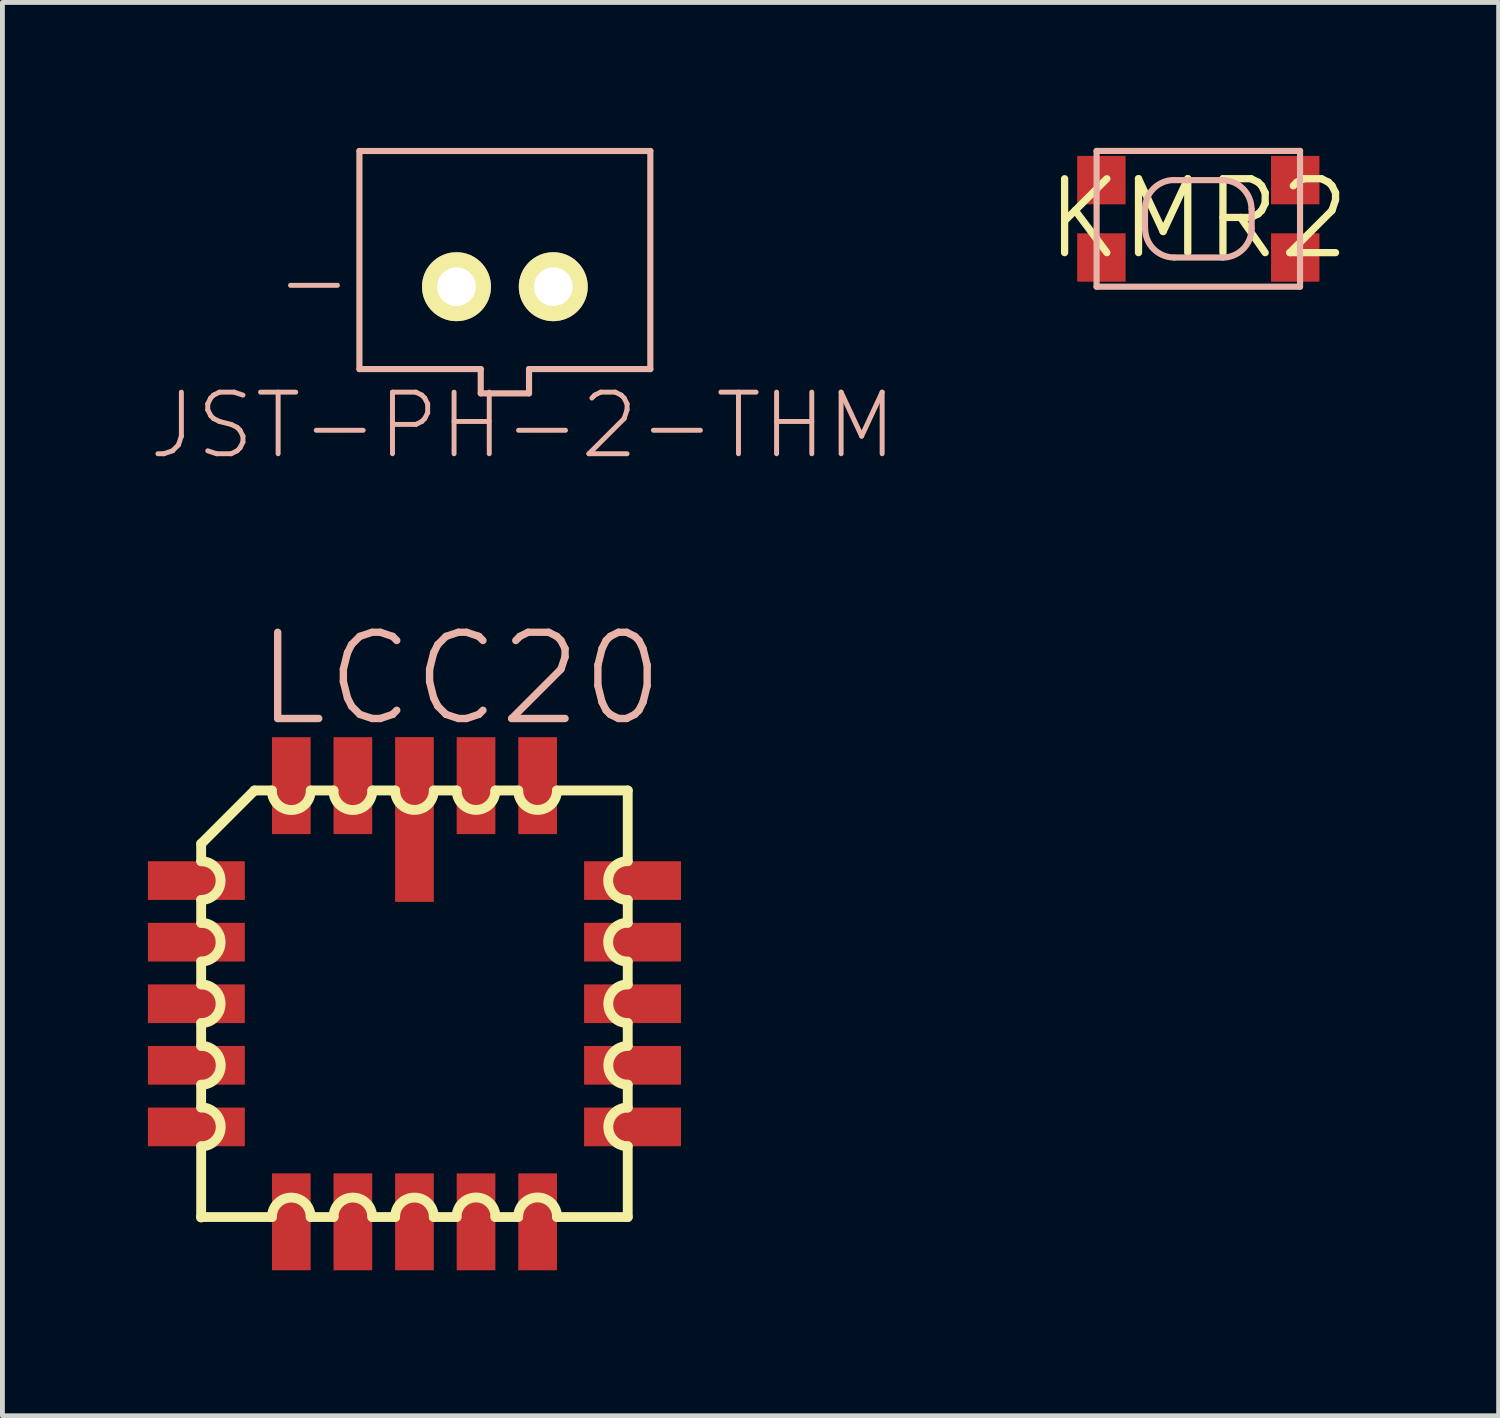
<source format=kicad_pcb>
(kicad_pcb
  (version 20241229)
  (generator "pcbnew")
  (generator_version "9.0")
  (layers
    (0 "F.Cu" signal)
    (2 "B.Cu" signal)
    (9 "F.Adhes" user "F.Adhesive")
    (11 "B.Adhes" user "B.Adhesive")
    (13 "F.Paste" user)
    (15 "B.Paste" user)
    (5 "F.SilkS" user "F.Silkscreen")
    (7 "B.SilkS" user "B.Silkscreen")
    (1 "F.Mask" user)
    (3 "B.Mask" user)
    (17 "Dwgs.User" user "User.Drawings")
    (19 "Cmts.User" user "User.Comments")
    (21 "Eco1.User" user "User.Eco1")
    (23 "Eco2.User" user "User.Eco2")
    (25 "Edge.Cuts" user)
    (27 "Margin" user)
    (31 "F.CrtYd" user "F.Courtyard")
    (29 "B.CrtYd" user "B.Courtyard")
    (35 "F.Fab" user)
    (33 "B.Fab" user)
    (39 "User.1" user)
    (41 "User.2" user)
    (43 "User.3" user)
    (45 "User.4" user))
  (footprint "KMR2"
    (layer "F.Cu")
    (at 21.665 1.463)
    (property "Reference" "KMR2" (at 0 0 0) (layer "F.SilkS") (effects (font (size 1.524 1.524) (thickness 0.15))))
    (attr smd)
    (fp_line (start -2.098 -1.4) (end 2.098 -1.4) (stroke (width 0.127) (type solid)) (layer "B.SilkS"))
    (fp_line (start -2.098 1.4) (end -2.098 -1.4) (stroke (width 0.127) (type solid)) (layer "B.SilkS"))
    (fp_line (start -1.1 0.198) (end -1.1 -0.198) (stroke (width 0.127) (type solid)) (layer "B.SilkS"))
    (fp_line (start -0.498 -0.798) (end 0.498 -0.798) (stroke (width 0.127) (type solid)) (layer "B.SilkS"))
    (fp_line (start 0.498 0.798) (end -0.498 0.798) (stroke (width 0.127) (type solid)) (layer "B.SilkS"))
    (fp_line (start 1.1 -0.198) (end 1.1 0.198) (stroke (width 0.127) (type solid)) (layer "B.SilkS"))
    (fp_line (start 2.098 -1.4) (end 2.098 1.4) (stroke (width 0.127) (type solid)) (layer "B.SilkS"))
    (fp_line (start 2.098 1.4) (end -2.098 1.4) (stroke (width 0.127) (type solid)) (layer "B.SilkS"))
    (fp_arc (start -1.09982 -0.19812) (mid -0.923504 -0.623784) (end -0.49784 -0.8001) (stroke (width 0.127) (type solid)) (layer "B.SilkS"))
    (fp_arc (start -0.49784 0.79756) (mid -0.921708 0.621988) (end -1.09728 0.19812) (stroke (width 0.127) (type solid)) (layer "B.SilkS"))
    (fp_arc (start 0.49784 -0.79756) (mid 0.921708 -0.621988) (end 1.09728 -0.19812) (stroke (width 0.127) (type solid)) (layer "B.SilkS"))
    (fp_arc (start 1.09982 0.19812) (mid 0.923504 0.623784) (end 0.49784 0.8001) (stroke (width 0.127) (type solid)) (layer "B.SilkS"))
    (pad "1" smd rect (at 1.999 -0.798) (size 0.998 0.998) (layers "F.Cu" "F.Mask" "F.Paste"))
    (pad "2" smd rect (at 1.999 0.798) (size 0.998 0.998) (layers "F.Cu" "F.Mask" "F.Paste"))
    (pad "3" smd rect (at -1.999 -0.798) (size 0.998 0.998) (layers "F.Cu" "F.Mask" "F.Paste"))
    (pad "4" smd rect (at -1.999 0.798) (size 0.998 0.998) (layers "F.Cu" "F.Mask" "F.Paste")))
  (footprint "LCC20"
    (layer "F.Cu")
    (at 5.498 17.652)
    (property "Reference" "LCC20" (at 0.947 -6.698 0) (layer "B.SilkS") (effects (font (size 1.778 1.778) (thickness 0.152))))
    (attr smd)
    (fp_line (start -4.399 -3.299) (end -4.399 -2.939) (stroke (width 0.203) (type solid)) (layer "F.SilkS"))
    (fp_line (start -4.399 -2.139) (end -4.399 -1.669) (stroke (width 0.203) (type solid)) (layer "F.SilkS"))
    (fp_line (start -4.399 -0.869) (end -4.399 -0.399) (stroke (width 0.203) (type solid)) (layer "F.SilkS"))
    (fp_line (start -4.399 0.399) (end -4.399 0.869) (stroke (width 0.203) (type solid)) (layer "F.SilkS"))
    (fp_line (start -4.399 1.669) (end -4.399 2.139) (stroke (width 0.203) (type solid)) (layer "F.SilkS"))
    (fp_line (start -4.399 2.939) (end -4.399 4.399) (stroke (width 0.203) (type solid)) (layer "F.SilkS"))
    (fp_line (start -4.399 4.399) (end -4.399 4.409) (stroke (width 0.203) (type solid)) (layer "F.SilkS"))
    (fp_line (start -4.399 4.399) (end -2.939 4.399) (stroke (width 0.203) (type solid)) (layer "F.SilkS"))
    (fp_line (start -3.299 -4.399) (end -4.399 -3.299) (stroke (width 0.203) (type solid)) (layer "F.SilkS"))
    (fp_line (start -2.939 -4.399) (end -3.299 -4.399) (stroke (width 0.203) (type solid)) (layer "F.SilkS"))
    (fp_line (start -2.139 4.399) (end -1.669 4.399) (stroke (width 0.203) (type solid)) (layer "F.SilkS"))
    (fp_line (start -1.669 -4.399) (end -2.139 -4.399) (stroke (width 0.203) (type solid)) (layer "F.SilkS"))
    (fp_line (start -0.869 4.399) (end -0.399 4.399) (stroke (width 0.203) (type solid)) (layer "F.SilkS"))
    (fp_line (start -0.399 -4.399) (end -0.869 -4.399) (stroke (width 0.203) (type solid)) (layer "F.SilkS"))
    (fp_line (start 0.399 4.399) (end 0.869 4.399) (stroke (width 0.203) (type solid)) (layer "F.SilkS"))
    (fp_line (start 0.869 -4.399) (end 0.399 -4.399) (stroke (width 0.203) (type solid)) (layer "F.SilkS"))
    (fp_line (start 1.669 4.399) (end 2.139 4.399) (stroke (width 0.203) (type solid)) (layer "F.SilkS"))
    (fp_line (start 2.139 -4.399) (end 1.669 -4.399) (stroke (width 0.203) (type solid)) (layer "F.SilkS"))
    (fp_line (start 2.939 4.399) (end 4.399 4.399) (stroke (width 0.203) (type solid)) (layer "F.SilkS"))
    (fp_line (start 4.399 -4.399) (end 2.939 -4.399) (stroke (width 0.203) (type solid)) (layer "F.SilkS"))
    (fp_line (start 4.399 -2.939) (end 4.399 -4.399) (stroke (width 0.203) (type solid)) (layer "F.SilkS"))
    (fp_line (start 4.399 -1.669) (end 4.399 -2.139) (stroke (width 0.203) (type solid)) (layer "F.SilkS"))
    (fp_line (start 4.399 -0.399) (end 4.399 -0.869) (stroke (width 0.203) (type solid)) (layer "F.SilkS"))
    (fp_line (start 4.399 0.869) (end 4.399 0.399) (stroke (width 0.203) (type solid)) (layer "F.SilkS"))
    (fp_line (start 4.399 2.139) (end 4.399 1.669) (stroke (width 0.203) (type solid)) (layer "F.SilkS"))
    (fp_line (start 4.399 4.399) (end 4.399 2.939) (stroke (width 0.203) (type solid)) (layer "F.SilkS"))
    (fp_arc (start -4.39674 -2.93878) (mid -3.99796 -2.54) (end -4.39674 -2.14122) (stroke (width 0.2032) (type solid)) (layer "F.SilkS"))
    (fp_arc (start -4.39674 -1.66878) (mid -3.99796 -1.27) (end -4.39674 -0.87122) (stroke (width 0.2032) (type solid)) (layer "F.SilkS"))
    (fp_arc (start -4.39674 -0.39878) (mid -3.99796 0) (end -4.39674 0.39878) (stroke (width 0.2032) (type solid)) (layer "F.SilkS"))
    (fp_arc (start -4.39674 0.86868) (mid -3.99542 1.27) (end -4.39674 1.67132) (stroke (width 0.2032) (type solid)) (layer "F.SilkS"))
    (fp_arc (start -4.39674 2.13868) (mid -3.99542 2.54) (end -4.39674 2.94132) (stroke (width 0.2032) (type solid)) (layer "F.SilkS"))
    (fp_arc (start -2.93878 4.39674) (mid -2.54 3.99796) (end -2.14122 4.39674) (stroke (width 0.2032) (type solid)) (layer "F.SilkS"))
    (fp_arc (start -2.13868 -4.39674) (mid -2.54 -3.99542) (end -2.94132 -4.39674) (stroke (width 0.2032) (type solid)) (layer "F.SilkS"))
    (fp_arc (start -1.66878 4.39674) (mid -1.27 3.99796) (end -0.87122 4.39674) (stroke (width 0.2032) (type solid)) (layer "F.SilkS"))
    (fp_arc (start -0.86868 -4.39674) (mid -1.27 -3.99542) (end -1.67132 -4.39674) (stroke (width 0.2032) (type solid)) (layer "F.SilkS"))
    (fp_arc (start -0.39878 4.39674) (mid 0 3.99796) (end 0.39878 4.39674) (stroke (width 0.2032) (type solid)) (layer "F.SilkS"))
    (fp_arc (start 0.39878 -4.39674) (mid 0 -3.99796) (end -0.39878 -4.39674) (stroke (width 0.2032) (type solid)) (layer "F.SilkS"))
    (fp_arc (start 0.86868 4.39674) (mid 1.27 3.99542) (end 1.67132 4.39674) (stroke (width 0.2032) (type solid)) (layer "F.SilkS"))
    (fp_arc (start 1.66878 -4.39674) (mid 1.27 -3.99796) (end 0.87122 -4.39674) (stroke (width 0.2032) (type solid)) (layer "F.SilkS"))
    (fp_arc (start 2.13868 4.39674) (mid 2.54 3.99542) (end 2.94132 4.39674) (stroke (width 0.2032) (type solid)) (layer "F.SilkS"))
    (fp_arc (start 2.93878 -4.39674) (mid 2.54 -3.99796) (end 2.14122 -4.39674) (stroke (width 0.2032) (type solid)) (layer "F.SilkS"))
    (fp_arc (start 4.39674 -2.13868) (mid 3.99542 -2.54) (end 4.39674 -2.94132) (stroke (width 0.2032) (type solid)) (layer "F.SilkS"))
    (fp_arc (start 4.39674 -0.86868) (mid 3.99542 -1.27) (end 4.39674 -1.67132) (stroke (width 0.2032) (type solid)) (layer "F.SilkS"))
    (fp_arc (start 4.39674 0.39878) (mid 3.99796 0) (end 4.39674 -0.39878) (stroke (width 0.2032) (type solid)) (layer "F.SilkS"))
    (fp_arc (start 4.39674 1.66878) (mid 3.99796 1.27) (end 4.39674 0.87122) (stroke (width 0.2032) (type solid)) (layer "F.SilkS"))
    (fp_arc (start 4.39674 2.93878) (mid 3.99796 2.54) (end 4.39674 2.14122) (stroke (width 0.2032) (type solid)) (layer "F.SilkS"))
    (pad "1" smd rect (at 0 -3.8) (size 0.798 3.399) (layers "F.Cu" "F.Mask" "F.Paste"))
    (pad "2" smd rect (at -1.27 -4.498) (size 0.798 1.999) (layers "F.Cu" "F.Mask" "F.Paste"))
    (pad "3" smd rect (at -2.54 -4.498) (size 0.798 1.999) (layers "F.Cu" "F.Mask" "F.Paste"))
    (pad "4" smd rect (at -4.498 -2.54) (size 1.999 0.798) (layers "F.Cu" "F.Mask" "F.Paste"))
    (pad "5" smd rect (at -4.498 -1.27) (size 1.999 0.798) (layers "F.Cu" "F.Mask" "F.Paste"))
    (pad "6" smd rect (at -4.498 0) (size 1.999 0.798) (layers "F.Cu" "F.Mask" "F.Paste"))
    (pad "7" smd rect (at -4.498 1.27) (size 1.999 0.798) (layers "F.Cu" "F.Mask" "F.Paste"))
    (pad "8" smd rect (at -4.498 2.54) (size 1.999 0.798) (layers "F.Cu" "F.Mask" "F.Paste"))
    (pad "9" smd rect (at -2.54 4.498) (size 0.798 1.999) (layers "F.Cu" "F.Mask" "F.Paste"))
    (pad "10" smd rect (at -1.27 4.498) (size 0.798 1.999) (layers "F.Cu" "F.Mask" "F.Paste"))
    (pad "11" smd rect (at 0 4.498) (size 0.798 1.999) (layers "F.Cu" "F.Mask" "F.Paste"))
    (pad "12" smd rect (at 1.27 4.498) (size 0.798 1.999) (layers "F.Cu" "F.Mask" "F.Paste"))
    (pad "13" smd rect (at 2.54 4.498) (size 0.798 1.999) (layers "F.Cu" "F.Mask" "F.Paste"))
    (pad "14" smd rect (at 4.498 2.54) (size 1.999 0.798) (layers "F.Cu" "F.Mask" "F.Paste"))
    (pad "15" smd rect (at 4.498 1.27) (size 1.999 0.798) (layers "F.Cu" "F.Mask" "F.Paste"))
    (pad "16" smd rect (at 4.498 0) (size 1.999 0.798) (layers "F.Cu" "F.Mask" "F.Paste"))
    (pad "17" smd rect (at 4.498 -1.27) (size 1.999 0.798) (layers "F.Cu" "F.Mask" "F.Paste"))
    (pad "18" smd rect (at 4.498 -2.54) (size 1.999 0.798) (layers "F.Cu" "F.Mask" "F.Paste"))
    (pad "19" smd rect (at 2.54 -4.498) (size 0.798 1.999) (layers "F.Cu" "F.Mask" "F.Paste"))
    (pad "20" smd rect (at 1.27 -4.498) (size 0.798 1.999) (layers "F.Cu" "F.Mask" "F.Paste")))
  (footprint "JST-PH-2-THM"
    (layer "F.Cu")
    (at 7.363 2.863)
    (property "Reference" "JST-PH-2-THM" (at 0.373 2.863 0) (layer "B.SilkS") (effects (font (size 1.27 1.27) (thickness 0.102))))
    (attr exclude_from_pos_files exclude_from_bom)
    (fp_line (start -3 -2.799) (end 3 -2.799) (stroke (width 0.127) (type solid)) (layer "B.SilkS"))
    (fp_line (start -3 1.699) (end -3 -2.799) (stroke (width 0.127) (type solid)) (layer "B.SilkS"))
    (fp_line (start -0.498 1.699) (end -3 1.699) (stroke (width 0.127) (type solid)) (layer "B.SilkS"))
    (fp_line (start -0.498 2.2) (end -0.498 1.699) (stroke (width 0.127) (type solid)) (layer "B.SilkS"))
    (fp_line (start 0.498 1.699) (end 0.498 2.2) (stroke (width 0.127) (type solid)) (layer "B.SilkS"))
    (fp_line (start 0.498 2.2) (end -0.498 2.2) (stroke (width 0.127) (type solid)) (layer "B.SilkS"))
    (fp_line (start 3 -2.799) (end 3 1.699) (stroke (width 0.127) (type solid)) (layer "B.SilkS"))
    (fp_line (start 3 1.699) (end 0.498 1.699) (stroke (width 0.127) (type solid)) (layer "B.SilkS"))
    (fp_text user "-" (at -3.937 -0.127 180) (layer "B.SilkS") (effects (font (size 1.27 1.27) (thickness 0.102))))
    (pad "1" thru_hole circle (at 0.998 0) (size 1.422 1.422) (drill 0.798) (layers "*.Cu" "F.Mask" "F.SilkS" "F.Paste"))
    (pad "2" thru_hole circle (at -0.998 0) (size 1.422 1.422) (drill 0.798) (layers "*.Cu" "F.Mask" "F.SilkS" "F.Paste")))
  (gr_rect
    (start -3 -3)
    (end 27.859 26.15)
    (stroke (width 0.1) (type default))
    (fill no)
    (layer "Edge.Cuts")))
</source>
